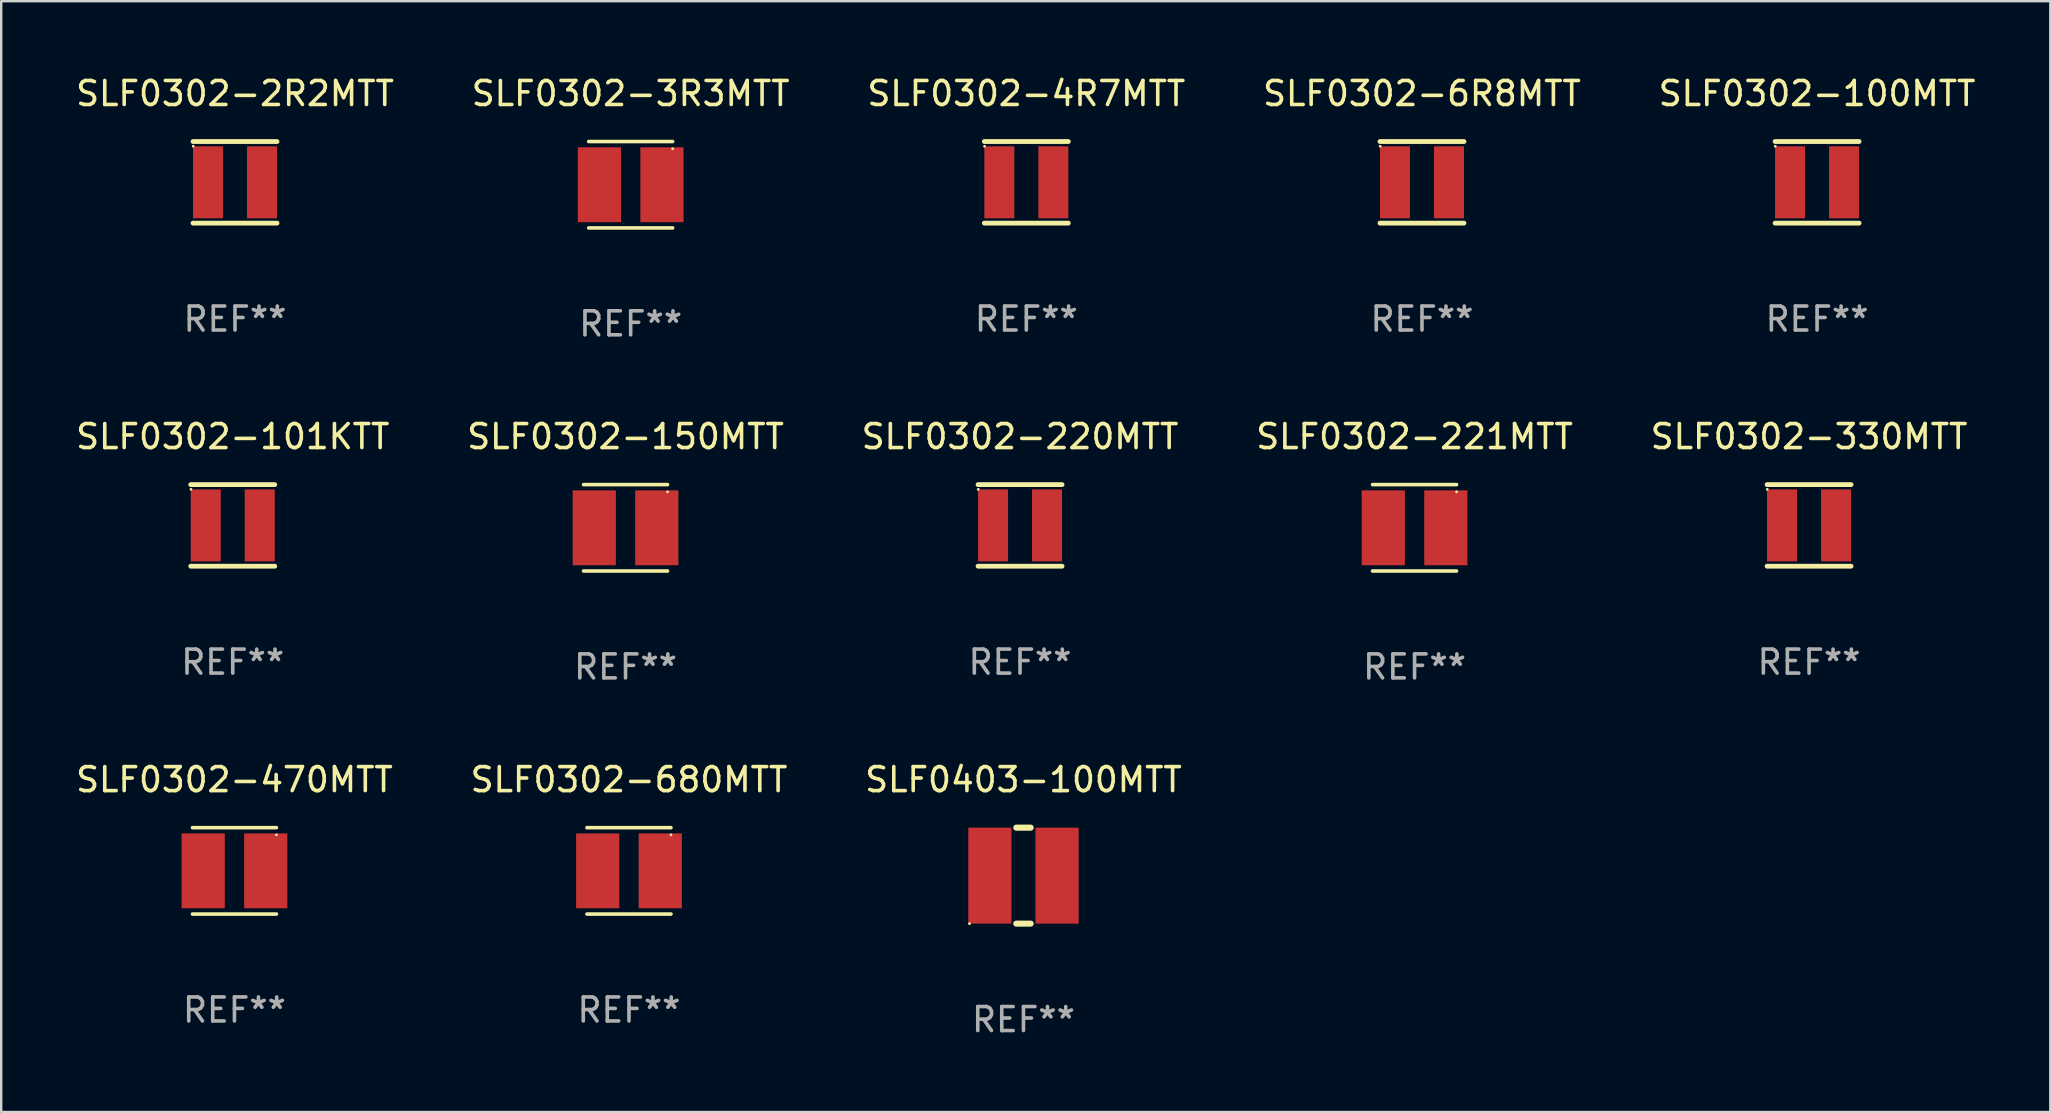
<source format=kicad_pcb>
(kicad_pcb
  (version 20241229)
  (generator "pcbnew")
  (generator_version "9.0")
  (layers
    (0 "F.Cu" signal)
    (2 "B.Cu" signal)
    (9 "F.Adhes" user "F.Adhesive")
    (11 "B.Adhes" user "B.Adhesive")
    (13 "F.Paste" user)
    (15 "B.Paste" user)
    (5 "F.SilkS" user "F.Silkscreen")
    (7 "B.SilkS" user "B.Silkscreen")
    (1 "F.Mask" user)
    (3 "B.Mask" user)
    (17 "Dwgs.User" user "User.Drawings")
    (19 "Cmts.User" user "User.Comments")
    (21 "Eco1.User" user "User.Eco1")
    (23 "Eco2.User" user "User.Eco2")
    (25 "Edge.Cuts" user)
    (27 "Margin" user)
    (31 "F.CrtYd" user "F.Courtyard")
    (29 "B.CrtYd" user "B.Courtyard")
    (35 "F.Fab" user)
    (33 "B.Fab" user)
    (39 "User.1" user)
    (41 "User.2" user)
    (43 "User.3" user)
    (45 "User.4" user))
  (footprint "SLF0302-2R2MTT"
    (layer "F.Cu")
    (at 6.744 4.548)
    (property "Reference" "SLF0302-2R2MTT" (at 0 -3.7 0) (layer "F.SilkS") (effects (font (size 1 1) (thickness 0.15))))
    (attr through_hole)
    (fp_line (start -1.75 -1.7) (end 1.75 -1.7) (stroke (width 0.2) (type solid)) (layer "F.SilkS"))
    (fp_line (start -1.75 1.7) (end 1.75 1.7) (stroke (width 0.2) (type solid)) (layer "F.SilkS"))
    (fp_circle (center -1.741 -1.503) (end -1.711 -1.503) (stroke (width 0.06) (type solid)) (fill no) (layer "F.SilkS"))
    (fp_text user "REF**" (at 0 5.7 0) (layer "F.Fab") (effects (font (size 1 1) (thickness 0.15))))
    (pad "1" smd rect (at -1.125 0) (size 1.25 3) (layers "F.Cu" "F.Mask" "F.Paste"))
    (pad "2" smd rect (at 1.125 0) (size 1.25 3) (layers "F.Cu" "F.Mask" "F.Paste")))
  (footprint "SLF0302-680MTT"
    (layer "F.Cu")
    (at 23.161 33.241)
    (property "Reference" "SLF0302-680MTT" (at 0 -3.8 0) (layer "F.SilkS") (effects (font (size 1 1) (thickness 0.15))))
    (attr through_hole)
    (fp_line (start -1.75 -1.8) (end 1.75 -1.8) (stroke (width 0.15) (type solid)) (layer "F.SilkS"))
    (fp_line (start 1.75 1.8) (end -1.75 1.8) (stroke (width 0.15) (type solid)) (layer "F.SilkS"))
    (fp_circle (center 1.75 -1.5) (end 1.78 -1.5) (stroke (width 0.06) (type solid)) (fill no) (layer "F.SilkS"))
    (fp_text user "REF**" (at 0 5.8 0) (layer "F.Fab") (effects (font (size 1 1) (thickness 0.15))))
    (pad "1" smd rect (at 1.303 0.000051) (size 1.8 3.12) (layers "F.Cu" "F.Mask" "F.Paste"))
    (pad "2" smd rect (at -1.303 0.000051) (size 1.8 3.12) (layers "F.Cu" "F.Mask" "F.Paste")))
  (footprint "SLF0302-100MTT"
    (layer "F.Cu")
    (at 72.673 4.548)
    (property "Reference" "SLF0302-100MTT" (at 0 -3.7 0) (layer "F.SilkS") (effects (font (size 1 1) (thickness 0.15))))
    (attr through_hole)
    (fp_line (start -1.75 -1.7) (end 1.75 -1.7) (stroke (width 0.2) (type solid)) (layer "F.SilkS"))
    (fp_line (start -1.75 1.7) (end 1.75 1.7) (stroke (width 0.2) (type solid)) (layer "F.SilkS"))
    (fp_circle (center -1.741 -1.503) (end -1.711 -1.503) (stroke (width 0.06) (type solid)) (fill no) (layer "F.SilkS"))
    (fp_text user "REF**" (at 0 5.7 0) (layer "F.Fab") (effects (font (size 1 1) (thickness 0.15))))
    (pad "1" smd rect (at -1.125 0) (size 1.25 3) (layers "F.Cu" "F.Mask" "F.Paste"))
    (pad "2" smd rect (at 1.125 0) (size 1.25 3) (layers "F.Cu" "F.Mask" "F.Paste")))
  (footprint "SLF0302-4R7MTT"
    (layer "F.Cu")
    (at 39.72 4.548)
    (property "Reference" "SLF0302-4R7MTT" (at 0 -3.7 0) (layer "F.SilkS") (effects (font (size 1 1) (thickness 0.15))))
    (attr through_hole)
    (fp_line (start -1.75 -1.7) (end 1.75 -1.7) (stroke (width 0.2) (type solid)) (layer "F.SilkS"))
    (fp_line (start -1.75 1.7) (end 1.75 1.7) (stroke (width 0.2) (type solid)) (layer "F.SilkS"))
    (fp_circle (center -1.741 -1.503) (end -1.711 -1.503) (stroke (width 0.06) (type solid)) (fill no) (layer "F.SilkS"))
    (fp_text user "REF**" (at 0 5.7 0) (layer "F.Fab") (effects (font (size 1 1) (thickness 0.15))))
    (pad "1" smd rect (at -1.125 0) (size 1.25 3) (layers "F.Cu" "F.Mask" "F.Paste"))
    (pad "2" smd rect (at 1.125 0) (size 1.25 3) (layers "F.Cu" "F.Mask" "F.Paste")))
  (footprint "SLF0302-221MTT"
    (layer "F.Cu")
    (at 55.899 18.945)
    (property "Reference" "SLF0302-221MTT" (at 0 -3.8 0) (layer "F.SilkS") (effects (font (size 1 1) (thickness 0.15))))
    (attr through_hole)
    (fp_line (start -1.75 -1.8) (end 1.75 -1.8) (stroke (width 0.15) (type solid)) (layer "F.SilkS"))
    (fp_line (start 1.75 1.8) (end -1.75 1.8) (stroke (width 0.15) (type solid)) (layer "F.SilkS"))
    (fp_circle (center 1.75 -1.5) (end 1.78 -1.5) (stroke (width 0.06) (type solid)) (fill no) (layer "F.SilkS"))
    (fp_text user "REF**" (at 0 5.8 0) (layer "F.Fab") (effects (font (size 1 1) (thickness 0.15))))
    (pad "1" smd rect (at 1.303 0.000051) (size 1.8 3.12) (layers "F.Cu" "F.Mask" "F.Paste"))
    (pad "2" smd rect (at -1.303 0.000051) (size 1.8 3.12) (layers "F.Cu" "F.Mask" "F.Paste")))
  (footprint "SLF0302-101KTT"
    (layer "F.Cu")
    (at 6.649 18.845)
    (property "Reference" "SLF0302-101KTT" (at 0 -3.7 0) (layer "F.SilkS") (effects (font (size 1 1) (thickness 0.15))))
    (attr through_hole)
    (fp_line (start -1.75 -1.7) (end 1.75 -1.7) (stroke (width 0.2) (type solid)) (layer "F.SilkS"))
    (fp_line (start -1.75 1.7) (end 1.75 1.7) (stroke (width 0.2) (type solid)) (layer "F.SilkS"))
    (fp_circle (center -1.741 -1.503) (end -1.711 -1.503) (stroke (width 0.06) (type solid)) (fill no) (layer "F.SilkS"))
    (fp_text user "REF**" (at 0 5.7 0) (layer "F.Fab") (effects (font (size 1 1) (thickness 0.15))))
    (pad "1" smd rect (at -1.125 0) (size 1.25 3) (layers "F.Cu" "F.Mask" "F.Paste"))
    (pad "2" smd rect (at 1.125 0) (size 1.25 3) (layers "F.Cu" "F.Mask" "F.Paste")))
  (footprint "SLF0302-330MTT"
    (layer "F.Cu")
    (at 72.339 18.845)
    (property "Reference" "SLF0302-330MTT" (at 0 -3.7 0) (layer "F.SilkS") (effects (font (size 1 1) (thickness 0.15))))
    (attr through_hole)
    (fp_line (start -1.75 -1.7) (end 1.75 -1.7) (stroke (width 0.2) (type solid)) (layer "F.SilkS"))
    (fp_line (start -1.75 1.7) (end 1.75 1.7) (stroke (width 0.2) (type solid)) (layer "F.SilkS"))
    (fp_circle (center -1.741 -1.503) (end -1.711 -1.503) (stroke (width 0.06) (type solid)) (fill no) (layer "F.SilkS"))
    (fp_text user "REF**" (at 0 5.7 0) (layer "F.Fab") (effects (font (size 1 1) (thickness 0.15))))
    (pad "1" smd rect (at -1.125 0) (size 1.25 3) (layers "F.Cu" "F.Mask" "F.Paste"))
    (pad "2" smd rect (at 1.125 0) (size 1.25 3) (layers "F.Cu" "F.Mask" "F.Paste")))
  (footprint "SLF0403-100MTT"
    (layer "F.Cu")
    (at 39.601 33.441)
    (property "Reference" "SLF0403-100MTT" (at 0 -4 0) (layer "F.SilkS") (effects (font (size 1 1) (thickness 0.15))))
    (attr through_hole)
    (fp_line (start -0.3 -2) (end 0.3 -2) (stroke (width 0.254) (type solid)) (layer "F.SilkS"))
    (fp_line (start -0.3 2) (end 0.3 2) (stroke (width 0.254) (type solid)) (layer "F.SilkS"))
    (fp_circle (center -2.25 2.001) (end -2.22 2.001) (stroke (width 0.06) (type solid)) (fill no) (layer "F.SilkS"))
    (fp_text user "REF**" (at 0 6 0) (layer "F.Fab") (effects (font (size 1 1) (thickness 0.15))))
    (pad "1" smd rect (at -1.4 -0.000127) (size 1.8 4) (layers "F.Cu" "F.Mask" "F.Paste"))
    (pad "2" smd rect (at 1.4 -0.000127) (size 1.8 4) (layers "F.Cu" "F.Mask" "F.Paste")))
  (footprint "SLF0302-6R8MTT"
    (layer "F.Cu")
    (at 56.208 4.548)
    (property "Reference" "SLF0302-6R8MTT" (at 0 -3.7 0) (layer "F.SilkS") (effects (font (size 1 1) (thickness 0.15))))
    (attr through_hole)
    (fp_line (start -1.75 -1.7) (end 1.75 -1.7) (stroke (width 0.2) (type solid)) (layer "F.SilkS"))
    (fp_line (start -1.75 1.7) (end 1.75 1.7) (stroke (width 0.2) (type solid)) (layer "F.SilkS"))
    (fp_circle (center -1.741 -1.503) (end -1.711 -1.503) (stroke (width 0.06) (type solid)) (fill no) (layer "F.SilkS"))
    (fp_text user "REF**" (at 0 5.7 0) (layer "F.Fab") (effects (font (size 1 1) (thickness 0.15))))
    (pad "1" smd rect (at -1.125 0) (size 1.25 3) (layers "F.Cu" "F.Mask" "F.Paste"))
    (pad "2" smd rect (at 1.125 0) (size 1.25 3) (layers "F.Cu" "F.Mask" "F.Paste")))
  (footprint "SLF0302-150MTT"
    (layer "F.Cu")
    (at 23.018 18.945)
    (property "Reference" "SLF0302-150MTT" (at 0 -3.8 0) (layer "F.SilkS") (effects (font (size 1 1) (thickness 0.15))))
    (attr through_hole)
    (fp_line (start -1.75 -1.8) (end 1.75 -1.8) (stroke (width 0.15) (type solid)) (layer "F.SilkS"))
    (fp_line (start 1.75 1.8) (end -1.75 1.8) (stroke (width 0.15) (type solid)) (layer "F.SilkS"))
    (fp_circle (center 1.75 -1.5) (end 1.78 -1.5) (stroke (width 0.06) (type solid)) (fill no) (layer "F.SilkS"))
    (fp_text user "REF**" (at 0 5.8 0) (layer "F.Fab") (effects (font (size 1 1) (thickness 0.15))))
    (pad "1" smd rect (at 1.303 0.000051) (size 1.8 3.12) (layers "F.Cu" "F.Mask" "F.Paste"))
    (pad "2" smd rect (at -1.303 0.000051) (size 1.8 3.12) (layers "F.Cu" "F.Mask" "F.Paste")))
  (footprint "SLF0302-220MTT"
    (layer "F.Cu")
    (at 39.458 18.845)
    (property "Reference" "SLF0302-220MTT" (at 0 -3.7 0) (layer "F.SilkS") (effects (font (size 1 1) (thickness 0.15))))
    (attr through_hole)
    (fp_line (start -1.75 -1.7) (end 1.75 -1.7) (stroke (width 0.2) (type solid)) (layer "F.SilkS"))
    (fp_line (start -1.75 1.7) (end 1.75 1.7) (stroke (width 0.2) (type solid)) (layer "F.SilkS"))
    (fp_circle (center -1.741 -1.503) (end -1.711 -1.503) (stroke (width 0.06) (type solid)) (fill no) (layer "F.SilkS"))
    (fp_text user "REF**" (at 0 5.7 0) (layer "F.Fab") (effects (font (size 1 1) (thickness 0.15))))
    (pad "1" smd rect (at -1.125 0) (size 1.25 3) (layers "F.Cu" "F.Mask" "F.Paste"))
    (pad "2" smd rect (at 1.125 0) (size 1.25 3) (layers "F.Cu" "F.Mask" "F.Paste")))
  (footprint "SLF0302-470MTT"
    (layer "F.Cu")
    (at 6.72 33.241)
    (property "Reference" "SLF0302-470MTT" (at 0 -3.8 0) (layer "F.SilkS") (effects (font (size 1 1) (thickness 0.15))))
    (attr through_hole)
    (fp_line (start -1.75 -1.8) (end 1.75 -1.8) (stroke (width 0.15) (type solid)) (layer "F.SilkS"))
    (fp_line (start 1.75 1.8) (end -1.75 1.8) (stroke (width 0.15) (type solid)) (layer "F.SilkS"))
    (fp_circle (center 1.75 -1.5) (end 1.78 -1.5) (stroke (width 0.06) (type solid)) (fill no) (layer "F.SilkS"))
    (fp_text user "REF**" (at 0 5.8 0) (layer "F.Fab") (effects (font (size 1 1) (thickness 0.15))))
    (pad "1" smd rect (at 1.303 0.000051) (size 1.8 3.12) (layers "F.Cu" "F.Mask" "F.Paste"))
    (pad "2" smd rect (at -1.303 0.000051) (size 1.8 3.12) (layers "F.Cu" "F.Mask" "F.Paste")))
  (footprint "SLF0302-3R3MTT"
    (layer "F.Cu")
    (at 23.232 4.648)
    (property "Reference" "SLF0302-3R3MTT" (at 0 -3.8 0) (layer "F.SilkS") (effects (font (size 1 1) (thickness 0.15))))
    (attr through_hole)
    (fp_line (start -1.75 -1.8) (end 1.75 -1.8) (stroke (width 0.15) (type solid)) (layer "F.SilkS"))
    (fp_line (start 1.75 1.8) (end -1.75 1.8) (stroke (width 0.15) (type solid)) (layer "F.SilkS"))
    (fp_circle (center 1.75 -1.5) (end 1.78 -1.5) (stroke (width 0.06) (type solid)) (fill no) (layer "F.SilkS"))
    (fp_text user "REF**" (at 0 5.8 0) (layer "F.Fab") (effects (font (size 1 1) (thickness 0.15))))
    (pad "1" smd rect (at 1.303 0.000051) (size 1.8 3.12) (layers "F.Cu" "F.Mask" "F.Paste"))
    (pad "2" smd rect (at -1.303 0.000051) (size 1.8 3.12) (layers "F.Cu" "F.Mask" "F.Paste")))
  (gr_rect
    (start -3 -3)
    (end 82.393 43.289)
    (stroke (width 0.1) (type default))
    (fill no)
    (layer "Edge.Cuts")))
</source>
